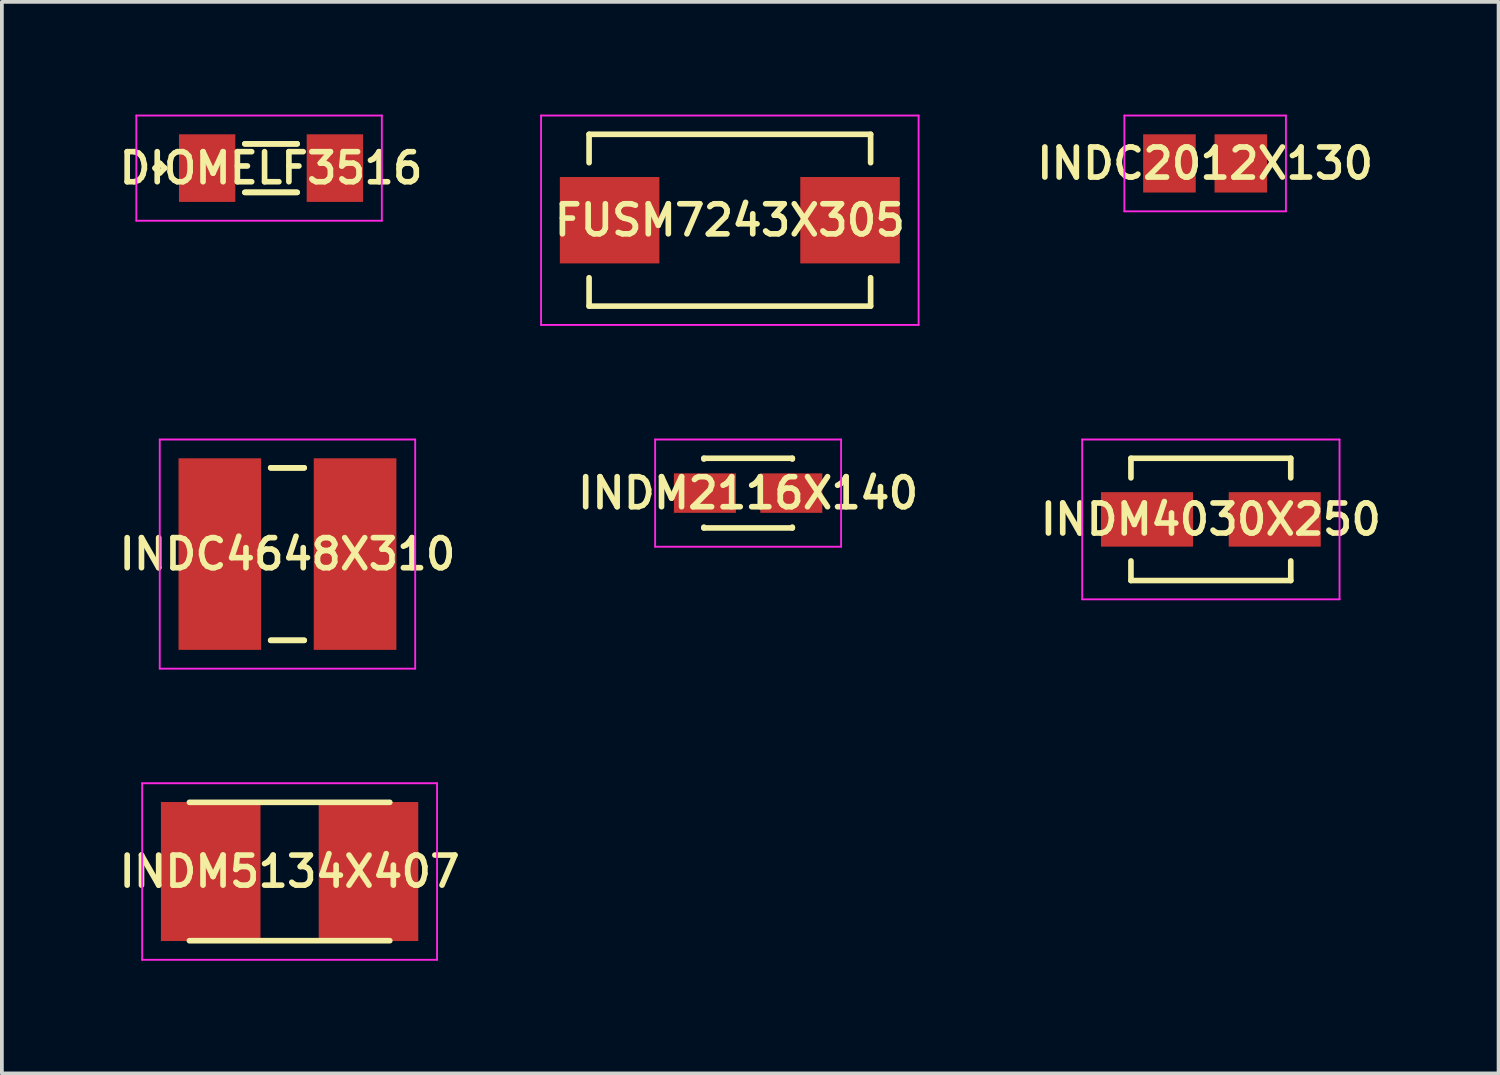
<source format=kicad_pcb>
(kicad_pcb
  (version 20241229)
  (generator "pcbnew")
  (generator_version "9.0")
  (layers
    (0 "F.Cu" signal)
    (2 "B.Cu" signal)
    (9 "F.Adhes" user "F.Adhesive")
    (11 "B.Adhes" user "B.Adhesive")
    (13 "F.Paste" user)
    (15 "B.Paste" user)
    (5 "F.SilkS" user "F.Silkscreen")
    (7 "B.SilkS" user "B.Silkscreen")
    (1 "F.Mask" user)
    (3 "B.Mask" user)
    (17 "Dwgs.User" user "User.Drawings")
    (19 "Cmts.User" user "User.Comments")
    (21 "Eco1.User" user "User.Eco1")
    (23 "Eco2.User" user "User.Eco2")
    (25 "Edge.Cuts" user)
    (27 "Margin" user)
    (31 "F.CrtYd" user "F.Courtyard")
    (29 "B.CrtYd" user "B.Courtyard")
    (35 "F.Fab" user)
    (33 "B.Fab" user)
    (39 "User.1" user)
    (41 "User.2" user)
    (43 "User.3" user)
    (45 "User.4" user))
  (footprint "INDM4030X250"
    (layer "F.Cu")
    (at 29.182 10.776)
    (property "Reference" "INDM4030X250" (at 0 0 0) (layer "F.SilkS") (effects (font (size 0.8 0.8) (thickness 0.15))))
    (attr smd)
    (fp_line (start -2.127 -1.627) (end 2.127 -1.627) (stroke (width 0.15) (type solid)) (layer "F.SilkS"))
    (fp_line (start -2.127 -1.106) (end -2.127 -1.627) (stroke (width 0.15) (type solid)) (layer "F.SilkS"))
    (fp_line (start -2.127 1.106) (end -2.127 1.627) (stroke (width 0.15) (type solid)) (layer "F.SilkS"))
    (fp_line (start -2.127 1.627) (end 2.127 1.627) (stroke (width 0.15) (type solid)) (layer "F.SilkS"))
    (fp_line (start 2.127 -1.627) (end 2.127 -1.106) (stroke (width 0.15) (type solid)) (layer "F.SilkS"))
    (fp_line (start 2.127 1.627) (end 2.127 1.106) (stroke (width 0.15) (type solid)) (layer "F.SilkS"))
    (fp_line (start -3.425 -2.127) (end 3.425 -2.127) (stroke (width 0.05) (type solid)) (layer "F.CrtYd"))
    (fp_line (start -3.425 2.127) (end -3.425 -2.127) (stroke (width 0.05) (type solid)) (layer "F.CrtYd"))
    (fp_line (start 3.425 -2.127) (end 3.425 2.127) (stroke (width 0.05) (type solid)) (layer "F.CrtYd"))
    (fp_line (start 3.425 2.127) (end -3.425 2.127) (stroke (width 0.05) (type solid)) (layer "F.CrtYd"))
    (pad "1" smd rect (at -1.7 0) (size 2.45 1.45) (layers "F.Cu" "F.Mask" "F.Paste"))
    (pad "2" smd rect (at 1.7 0) (size 2.45 1.45) (layers "F.Cu" "F.Mask" "F.Paste")))
  (footprint "INDM5134X407"
    (layer "F.Cu")
    (at 4.659 20.149)
    (property "Reference" "INDM5134X407" (at 0 0 0) (layer "F.SilkS") (effects (font (size 0.8 0.8) (thickness 0.15))))
    (attr smd)
    (fp_line (start -2.667 -1.842) (end 2.667 -1.842) (stroke (width 0.15) (type solid)) (layer "F.SilkS"))
    (fp_line (start -2.667 1.842) (end 2.667 1.842) (stroke (width 0.15) (type solid)) (layer "F.SilkS"))
    (fp_line (start -3.925 -2.35) (end 3.925 -2.35) (stroke (width 0.05) (type solid)) (layer "F.CrtYd"))
    (fp_line (start -3.925 2.35) (end -3.925 -2.35) (stroke (width 0.05) (type solid)) (layer "F.CrtYd"))
    (fp_line (start 3.925 -2.35) (end 3.925 2.35) (stroke (width 0.05) (type solid)) (layer "F.CrtYd"))
    (fp_line (start 3.925 2.35) (end -3.925 2.35) (stroke (width 0.05) (type solid)) (layer "F.CrtYd"))
    (pad "1" smd rect (at -2.1 0) (size 2.65 3.7) (layers "F.Cu" "F.Mask" "F.Paste"))
    (pad "2" smd rect (at 2.1 0) (size 2.65 3.7) (layers "F.Cu" "F.Mask" "F.Paste")))
  (footprint "DIOMELF3516"
    (layer "F.Cu")
    (at 4.164 1.425)
    (property "Reference" "DIOMELF3516" (at 0 0 0) (layer "F.SilkS") (effects (font (size 0.8 0.8) (thickness 0.15))))
    (attr smd)
    (fp_line (start -3.085 0) (end -2.958 -0.127) (stroke (width 0.15) (type solid)) (layer "F.SilkS"))
    (fp_line (start -2.958 -0.127) (end -2.831 0) (stroke (width 0.15) (type solid)) (layer "F.SilkS"))
    (fp_line (start -2.958 0.127) (end -3.085 0) (stroke (width 0.15) (type solid)) (layer "F.SilkS"))
    (fp_line (start -2.831 0) (end -2.958 0.127) (stroke (width 0.15) (type solid)) (layer "F.SilkS"))
    (fp_line (start -0.696 -0.646) (end 0.696 -0.646) (stroke (width 0.15) (type solid)) (layer "F.SilkS"))
    (fp_line (start -0.696 0.646) (end 0.696 0.646) (stroke (width 0.15) (type solid)) (layer "F.SilkS"))
    (fp_line (start 0.696 -0.646) (end -0.696 -0.646) (stroke (width 0.15) (type solid)) (layer "F.SilkS"))
    (fp_line (start 0.696 0.646) (end -0.696 0.646) (stroke (width 0.15) (type solid)) (layer "F.SilkS"))
    (fp_line (start -3.585 -1.4) (end 2.95 -1.4) (stroke (width 0.05) (type solid)) (layer "F.CrtYd"))
    (fp_line (start -3.585 1.4) (end -3.585 -1.4) (stroke (width 0.05) (type solid)) (layer "F.CrtYd"))
    (fp_line (start 2.95 -1.4) (end 2.95 1.4) (stroke (width 0.05) (type solid)) (layer "F.CrtYd"))
    (fp_line (start 2.95 1.4) (end -3.585 1.4) (stroke (width 0.05) (type solid)) (layer "F.CrtYd"))
    (pad "1" smd rect (at -1.7 0) (size 1.5 1.8) (layers "F.Cu" "F.Mask" "F.Paste"))
    (pad "2" smd rect (at 1.7 0) (size 1.5 1.8) (layers "F.Cu" "F.Mask" "F.Paste")))
  (footprint "INDC4648X310"
    (layer "F.Cu")
    (at 4.602 11.699)
    (property "Reference" "INDC4648X310" (at 0 0 0) (layer "F.SilkS") (effects (font (size 0.8 0.8) (thickness 0.15))))
    (attr smd)
    (fp_line (start -0.446 -2.296) (end 0.446 -2.296) (stroke (width 0.15) (type solid)) (layer "F.SilkS"))
    (fp_line (start -0.446 2.296) (end 0.446 2.296) (stroke (width 0.15) (type solid)) (layer "F.SilkS"))
    (fp_line (start 0.446 -2.296) (end -0.446 -2.296) (stroke (width 0.15) (type solid)) (layer "F.SilkS"))
    (fp_line (start 0.446 2.296) (end -0.446 2.296) (stroke (width 0.15) (type solid)) (layer "F.SilkS"))
    (fp_line (start -3.4 -3.05) (end 3.4 -3.05) (stroke (width 0.05) (type solid)) (layer "F.CrtYd"))
    (fp_line (start -3.4 3.05) (end -3.4 -3.05) (stroke (width 0.05) (type solid)) (layer "F.CrtYd"))
    (fp_line (start 3.4 -3.05) (end 3.4 3.05) (stroke (width 0.05) (type solid)) (layer "F.CrtYd"))
    (fp_line (start 3.4 3.05) (end -3.4 3.05) (stroke (width 0.05) (type solid)) (layer "F.CrtYd"))
    (pad "1" smd rect (at -1.8 0) (size 2.2 5.1) (layers "F.Cu" "F.Mask" "F.Paste"))
    (pad "2" smd rect (at 1.8 0) (size 2.2 5.1) (layers "F.Cu" "F.Mask" "F.Paste")))
  (footprint "INDC2012X130"
    (layer "F.Cu")
    (at 29.03 1.3)
    (property "Reference" "INDC2012X130" (at 0 0 0) (layer "F.SilkS") (effects (font (size 0.8 0.8) (thickness 0.15))))
    (attr smd)
    (fp_line (start -2.15 -1.275) (end 2.15 -1.275) (stroke (width 0.05) (type solid)) (layer "F.CrtYd"))
    (fp_line (start -2.15 1.275) (end -2.15 -1.275) (stroke (width 0.05) (type solid)) (layer "F.CrtYd"))
    (fp_line (start 2.15 -1.275) (end 2.15 1.275) (stroke (width 0.05) (type solid)) (layer "F.CrtYd"))
    (fp_line (start 2.15 1.275) (end -2.15 1.275) (stroke (width 0.05) (type solid)) (layer "F.CrtYd"))
    (pad "1" smd rect (at -0.95 0) (size 1.4 1.55) (layers "F.Cu" "F.Mask" "F.Paste"))
    (pad "2" smd rect (at 0.95 0) (size 1.4 1.55) (layers "F.Cu" "F.Mask" "F.Paste")))
  (footprint "FUSM7243X305"
    (layer "F.Cu")
    (at 16.378 2.812)
    (property "Reference" "FUSM7243X305" (at 0 0 0) (layer "F.SilkS") (effects (font (size 0.8 0.8) (thickness 0.15))))
    (attr smd)
    (fp_line (start -3.747 -2.287) (end 3.747 -2.287) (stroke (width 0.15) (type solid)) (layer "F.SilkS"))
    (fp_line (start -3.747 -1.531) (end -3.747 -2.287) (stroke (width 0.15) (type solid)) (layer "F.SilkS"))
    (fp_line (start -3.747 1.531) (end -3.747 2.287) (stroke (width 0.15) (type solid)) (layer "F.SilkS"))
    (fp_line (start -3.747 2.287) (end 3.747 2.287) (stroke (width 0.15) (type solid)) (layer "F.SilkS"))
    (fp_line (start 3.747 -2.287) (end 3.747 -1.531) (stroke (width 0.15) (type solid)) (layer "F.SilkS"))
    (fp_line (start 3.747 2.287) (end 3.747 1.531) (stroke (width 0.15) (type solid)) (layer "F.SilkS"))
    (fp_line (start -5.025 -2.787) (end 5.025 -2.787) (stroke (width 0.05) (type solid)) (layer "F.CrtYd"))
    (fp_line (start -5.025 2.787) (end -5.025 -2.787) (stroke (width 0.05) (type solid)) (layer "F.CrtYd"))
    (fp_line (start 5.025 -2.787) (end 5.025 2.787) (stroke (width 0.05) (type solid)) (layer "F.CrtYd"))
    (fp_line (start 5.025 2.787) (end -5.025 2.787) (stroke (width 0.05) (type solid)) (layer "F.CrtYd"))
    (pad "1" smd rect (at -3.2 0) (size 2.65 2.3) (layers "F.Cu" "F.Mask" "F.Paste"))
    (pad "2" smd rect (at 3.2 0) (size 2.65 2.3) (layers "F.Cu" "F.Mask" "F.Paste")))
  (footprint "INDM2116X140"
    (layer "F.Cu")
    (at 16.864 10.076)
    (property "Reference" "INDM2116X140" (at 0 0 0) (layer "F.SilkS") (effects (font (size 0.8 0.8) (thickness 0.15))))
    (attr smd)
    (fp_line (start -1.177 -0.927) (end 1.177 -0.927) (stroke (width 0.15) (type solid)) (layer "F.SilkS"))
    (fp_line (start -1.177 -0.906) (end -1.177 -0.927) (stroke (width 0.15) (type solid)) (layer "F.SilkS"))
    (fp_line (start -1.177 0.906) (end -1.177 0.927) (stroke (width 0.15) (type solid)) (layer "F.SilkS"))
    (fp_line (start -1.177 0.927) (end 1.177 0.927) (stroke (width 0.15) (type solid)) (layer "F.SilkS"))
    (fp_line (start 1.177 -0.927) (end 1.177 -0.906) (stroke (width 0.15) (type solid)) (layer "F.SilkS"))
    (fp_line (start 1.177 0.927) (end 1.177 0.906) (stroke (width 0.15) (type solid)) (layer "F.SilkS"))
    (fp_line (start -2.475 -1.427) (end 2.475 -1.427) (stroke (width 0.05) (type solid)) (layer "F.CrtYd"))
    (fp_line (start -2.475 1.427) (end -2.475 -1.427) (stroke (width 0.05) (type solid)) (layer "F.CrtYd"))
    (fp_line (start 2.475 -1.427) (end 2.475 1.427) (stroke (width 0.05) (type solid)) (layer "F.CrtYd"))
    (fp_line (start 2.475 1.427) (end -2.475 1.427) (stroke (width 0.05) (type solid)) (layer "F.CrtYd"))
    (pad "1" smd rect (at -1.15 0) (size 1.65 1.05) (layers "F.Cu" "F.Mask" "F.Paste"))
    (pad "2" smd rect (at 1.15 0) (size 1.65 1.05) (layers "F.Cu" "F.Mask" "F.Paste")))
  (gr_rect
    (start -3 -3)
    (end 36.841 25.524)
    (stroke (width 0.1) (type default))
    (fill no)
    (layer "Edge.Cuts")))
</source>
